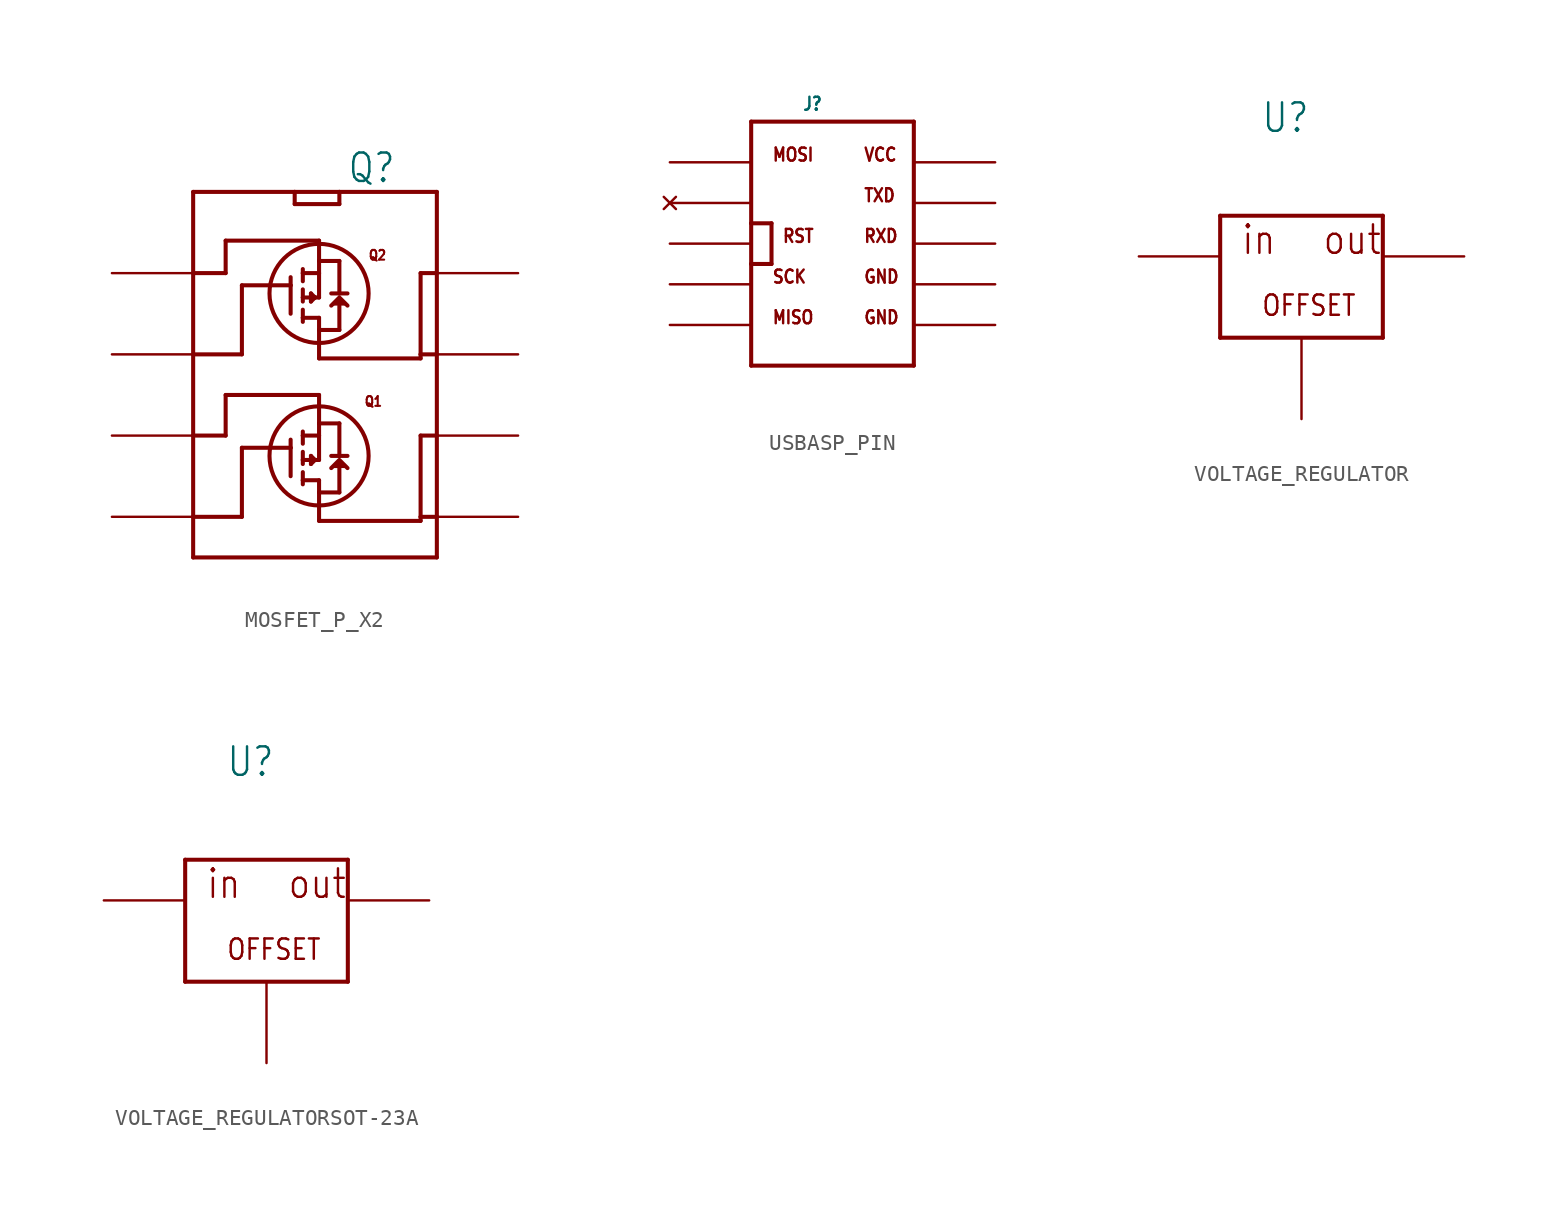
<source format=kicad_sym>
(kicad_symbol_lib
  (version 20220914)
  (generator kicad_symbol_editor)
  (symbol "MOSFET_P_X2"
    (property "Reference" "Q"
      (at 5.08 15.24 0)
      (effects (font (size 1.778 1.511)) (justify right top)))
    (property "Value" ""
      (at 5.08 17.78 0)
      (effects (font (size 1.778 1.511)) (justify right top)))
    (property "ki_locked" ""
      (at 0 0 0)
      (effects (font (size 1.27 1.27))))
    (symbol "MOSFET_P_X2_1_0"
      (polyline (pts (xy -7.62 -10.16) (xy -7.62 -7.62)) (stroke (width 0.254) (type solid)) (fill (type none)))
      (polyline (pts (xy -7.62 -7.62) (xy -7.62 -2.54)) (stroke (width 0.254) (type solid)) (fill (type none)))
      (polyline (pts (xy -7.62 -2.54) (xy -7.62 12.7)) (stroke (width 0.254) (type solid)) (fill (type none)))
      (polyline (pts (xy -5.588 -2.54) (xy -7.62 -2.54)) (stroke (width 0.254) (type solid)) (fill (type none)))
      (polyline (pts (xy -5.588 0) (xy -5.588 -2.54)) (stroke (width 0.254) (type solid)) (fill (type none)))
      (polyline (pts (xy -5.588 7.62) (xy -7.62 7.62)) (stroke (width 0.254) (type solid)) (fill (type none)))
      (polyline (pts (xy -5.588 9.652) (xy -5.588 7.62)) (stroke (width 0.254) (type solid)) (fill (type none)))
      (polyline (pts (xy -4.572 -7.62) (xy -7.62 -7.62)) (stroke (width 0.254) (type solid)) (fill (type none)))
      (polyline (pts (xy -4.572 -3.302) (xy -4.572 -7.62)) (stroke (width 0.254) (type solid)) (fill (type none)))
      (polyline (pts (xy -4.572 2.54) (xy -7.62 2.54)) (stroke (width 0.254) (type solid)) (fill (type none)))
      (polyline (pts (xy -4.572 6.858) (xy -4.572 2.54)) (stroke (width 0.254) (type solid)) (fill (type none)))
      (polyline (pts (xy -1.524 -5.08) (xy -1.524 -3.302)) (stroke (width 0.254) (type solid)) (fill (type none)))
      (polyline (pts (xy -1.524 -3.302) (xy -4.572 -3.302)) (stroke (width 0.254) (type solid)) (fill (type none)))
      (polyline (pts (xy -1.524 -3.302) (xy -1.524 -2.794)) (stroke (width 0.254) (type solid)) (fill (type none)))
      (polyline (pts (xy -1.524 5.08) (xy -1.524 6.858)) (stroke (width 0.254) (type solid)) (fill (type none)))
      (polyline (pts (xy -1.524 6.858) (xy -4.572 6.858)) (stroke (width 0.254) (type solid)) (fill (type none)))
      (polyline (pts (xy -1.524 6.858) (xy -1.524 7.366)) (stroke (width 0.254) (type solid)) (fill (type none)))
      (polyline (pts (xy -1.27 11.938) (xy 1.524 11.938)) (stroke (width 0.254) (type solid)) (fill (type none)))
      (polyline (pts (xy -1.27 12.7) (xy -7.62 12.7)) (stroke (width 0.254) (type solid)) (fill (type none)))
      (polyline (pts (xy -1.27 12.7) (xy -1.27 11.938)) (stroke (width 0.254) (type solid)) (fill (type none)))
      (polyline (pts (xy -0.762 -5.588) (xy -0.762 -5.334)) (stroke (width 0.254) (type solid)) (fill (type none)))
      (polyline (pts (xy -0.762 -5.334) (xy -0.762 -4.826)) (stroke (width 0.254) (type solid)) (fill (type none)))
      (polyline (pts (xy -0.762 -5.334) (xy 0.254 -5.334)) (stroke (width 0.254) (type solid)) (fill (type none)))
      (polyline (pts (xy -0.762 -4.318) (xy -0.762 -4.064)) (stroke (width 0.254) (type solid)) (fill (type none)))
      (polyline (pts (xy -0.762 -4.064) (xy -0.762 -3.556)) (stroke (width 0.254) (type solid)) (fill (type none)))
      (polyline (pts (xy -0.762 -4.064) (xy 0 -4.064)) (stroke (width 0.254) (type solid)) (fill (type none)))
      (polyline (pts (xy -0.762 -3.048) (xy -0.762 -2.54)) (stroke (width 0.254) (type solid)) (fill (type none)))
      (polyline (pts (xy -0.762 -2.54) (xy -0.762 -2.286)) (stroke (width 0.254) (type solid)) (fill (type none)))
      (polyline (pts (xy -0.762 4.572) (xy -0.762 4.826)) (stroke (width 0.254) (type solid)) (fill (type none)))
      (polyline (pts (xy -0.762 4.826) (xy -0.762 5.334)) (stroke (width 0.254) (type solid)) (fill (type none)))
      (polyline (pts (xy -0.762 4.826) (xy 0.254 4.826)) (stroke (width 0.254) (type solid)) (fill (type none)))
      (polyline (pts (xy -0.762 5.842) (xy -0.762 6.096)) (stroke (width 0.254) (type solid)) (fill (type none)))
      (polyline (pts (xy -0.762 6.096) (xy -0.762 6.604)) (stroke (width 0.254) (type solid)) (fill (type none)))
      (polyline (pts (xy -0.762 6.096) (xy 0 6.096)) (stroke (width 0.254) (type solid)) (fill (type none)))
      (polyline (pts (xy -0.762 7.112) (xy -0.762 7.62)) (stroke (width 0.254) (type solid)) (fill (type none)))
      (polyline (pts (xy -0.762 7.62) (xy -0.762 7.874)) (stroke (width 0.254) (type solid)) (fill (type none)))
      (polyline (pts (xy -0.254 -4.318) (xy -0.254 -3.81)) (stroke (width 0.254) (type solid)) (fill (type none)))
      (polyline (pts (xy -0.254 -3.81) (xy 0 -4.064)) (stroke (width 0.254) (type solid)) (fill (type none)))
      (polyline (pts (xy -0.254 5.842) (xy -0.254 6.35)) (stroke (width 0.254) (type solid)) (fill (type none)))
      (polyline (pts (xy -0.254 6.35) (xy 0 6.096)) (stroke (width 0.254) (type solid)) (fill (type none)))
      (polyline (pts (xy 0 -4.064) (xy -0.254 -4.318)) (stroke (width 0.254) (type solid)) (fill (type none)))
      (polyline (pts (xy 0 -4.064) (xy 0.254 -4.064)) (stroke (width 0.254) (type solid)) (fill (type none)))
      (polyline (pts (xy 0 6.096) (xy -0.254 5.842)) (stroke (width 0.254) (type solid)) (fill (type none)))
      (polyline (pts (xy 0 6.096) (xy 0.254 6.096)) (stroke (width 0.254) (type solid)) (fill (type none)))
      (polyline (pts (xy 0.254 -7.874) (xy 6.604 -7.874)) (stroke (width 0.254) (type solid)) (fill (type none)))
      (polyline (pts (xy 0.254 -6.096) (xy 0.254 -7.874)) (stroke (width 0.254) (type solid)) (fill (type none)))
      (polyline (pts (xy 0.254 -6.096) (xy 1.524 -6.096)) (stroke (width 0.254) (type solid)) (fill (type none)))
      (polyline (pts (xy 0.254 -5.334) (xy 0.254 -6.096)) (stroke (width 0.254) (type solid)) (fill (type none)))
      (polyline (pts (xy 0.254 -4.064) (xy 0.254 -2.54)) (stroke (width 0.254) (type solid)) (fill (type none)))
      (polyline (pts (xy 0.254 -2.54) (xy -0.762 -2.54)) (stroke (width 0.254) (type solid)) (fill (type none)))
      (polyline (pts (xy 0.254 -2.54) (xy 0.254 -1.778)) (stroke (width 0.254) (type solid)) (fill (type none)))
      (polyline (pts (xy 0.254 -1.778) (xy 0.254 0)) (stroke (width 0.254) (type solid)) (fill (type none)))
      (polyline (pts (xy 0.254 0) (xy -5.588 0)) (stroke (width 0.254) (type solid)) (fill (type none)))
      (polyline (pts (xy 0.254 2.286) (xy 6.604 2.286)) (stroke (width 0.254) (type solid)) (fill (type none)))
      (polyline (pts (xy 0.254 4.064) (xy 0.254 2.286)) (stroke (width 0.254) (type solid)) (fill (type none)))
      (polyline (pts (xy 0.254 4.064) (xy 1.524 4.064)) (stroke (width 0.254) (type solid)) (fill (type none)))
      (polyline (pts (xy 0.254 4.826) (xy 0.254 4.064)) (stroke (width 0.254) (type solid)) (fill (type none)))
      (polyline (pts (xy 0.254 6.096) (xy 0.254 7.62)) (stroke (width 0.254) (type solid)) (fill (type none)))
      (polyline (pts (xy 0.254 7.62) (xy -0.762 7.62)) (stroke (width 0.254) (type solid)) (fill (type none)))
      (polyline (pts (xy 0.254 7.62) (xy 0.254 8.382)) (stroke (width 0.254) (type solid)) (fill (type none)))
      (polyline (pts (xy 0.254 8.382) (xy 0.254 9.652)) (stroke (width 0.254) (type solid)) (fill (type none)))
      (polyline (pts (xy 0.254 9.652) (xy -5.588 9.652)) (stroke (width 0.254) (type solid)) (fill (type none)))
      (polyline (pts (xy 1.524 -4.572) (xy 1.524 -6.096)) (stroke (width 0.254) (type solid)) (fill (type none)))
      (polyline (pts (xy 1.524 -3.81) (xy 1.016 -3.81)) (stroke (width 0.254) (type solid)) (fill (type none)))
      (polyline (pts (xy 1.524 -3.81) (xy 1.524 -1.778)) (stroke (width 0.254) (type solid)) (fill (type none)))
      (polyline (pts (xy 1.524 -1.778) (xy 0.254 -1.778)) (stroke (width 0.254) (type solid)) (fill (type none)))
      (polyline (pts (xy 1.524 5.588) (xy 1.524 4.064)) (stroke (width 0.254) (type solid)) (fill (type none)))
      (polyline (pts (xy 1.524 6.35) (xy 1.016 6.35)) (stroke (width 0.254) (type solid)) (fill (type none)))
      (polyline (pts (xy 1.524 6.35) (xy 1.524 8.382)) (stroke (width 0.254) (type solid)) (fill (type none)))
      (polyline (pts (xy 1.524 8.382) (xy 0.254 8.382)) (stroke (width 0.254) (type solid)) (fill (type none)))
      (polyline (pts (xy 1.524 11.938) (xy 1.524 12.7)) (stroke (width 0.254) (type solid)) (fill (type none)))
      (polyline (pts (xy 1.524 12.7) (xy -1.27 12.7)) (stroke (width 0.254) (type solid)) (fill (type none)))
      (polyline (pts (xy 2.032 -3.81) (xy 1.524 -3.81)) (stroke (width 0.254) (type solid)) (fill (type none)))
      (polyline (pts (xy 2.032 6.35) (xy 1.524 6.35)) (stroke (width 0.254) (type solid)) (fill (type none)))
      (polyline (pts (xy 6.604 -7.874) (xy 6.604 -7.62)) (stroke (width 0.254) (type solid)) (fill (type none)))
      (polyline (pts (xy 6.604 -7.62) (xy 7.62 -7.62)) (stroke (width 0.254) (type solid)) (fill (type none)))
      (polyline (pts (xy 6.604 -2.54) (xy 6.604 -7.62)) (stroke (width 0.254) (type solid)) (fill (type none)))
      (polyline (pts (xy 6.604 2.286) (xy 6.604 2.54)) (stroke (width 0.254) (type solid)) (fill (type none)))
      (polyline (pts (xy 6.604 2.54) (xy 7.62 2.54)) (stroke (width 0.254) (type solid)) (fill (type none)))
      (polyline (pts (xy 6.604 7.62) (xy 6.604 2.54)) (stroke (width 0.254) (type solid)) (fill (type none)))
      (polyline (pts (xy 7.62 -10.16) (xy -7.62 -10.16)) (stroke (width 0.254) (type solid)) (fill (type none)))
      (polyline (pts (xy 7.62 -7.62) (xy 7.62 -10.16)) (stroke (width 0.254) (type solid)) (fill (type none)))
      (polyline (pts (xy 7.62 -2.54) (xy 6.604 -2.54)) (stroke (width 0.254) (type solid)) (fill (type none)))
      (polyline (pts (xy 7.62 -2.54) (xy 7.62 -7.62)) (stroke (width 0.254) (type solid)) (fill (type none)))
      (polyline (pts (xy 7.62 7.62) (xy 6.604 7.62)) (stroke (width 0.254) (type solid)) (fill (type none)))
      (polyline (pts (xy 7.62 12.7) (xy 1.524 12.7)) (stroke (width 0.254) (type solid)) (fill (type none)))
      (polyline (pts (xy 7.62 12.7) (xy 7.62 -2.54)) (stroke (width 0.254) (type solid)) (fill (type none)))
      (polyline (pts (xy 2.032 -4.572) (xy 1.524 -4.064) (xy 1.016 -4.572)) (stroke (width 0.254) (type solid)) (fill (type outline)))
      (polyline (pts (xy 2.032 5.588) (xy 1.524 6.096) (xy 1.016 5.588)) (stroke (width 0.254) (type solid)) (fill (type outline)))
      (circle (center 0.254 -3.81) (radius 3.1) (stroke (width 0.254) (type solid)) (fill (type none)))
      (circle (center 0.254 6.35) (radius 3.1) (stroke (width 0.254) (type solid)) (fill (type none)))
      (text "Q1" (at 3.048 -0.762 0) (effects (font (size 0.61 0.518)) (justify left bottom)))
      (text "Q2" (at 3.302 8.382 0) (effects (font (size 0.61 0.518)) (justify left bottom)))
      (pin bidirectional line (at -12.7 7.62 0) (length 5.08) (name "S2" (effects (font (size 0 0)))) (number "P1" (effects (font (size 0 0)))))
      (pin bidirectional line (at -12.7 2.54 0) (length 5.08) (name "G2" (effects (font (size 0 0)))) (number "P2" (effects (font (size 0 0)))))
      (pin bidirectional line (at -12.7 -2.54 0) (length 5.08) (name "S1" (effects (font (size 0 0)))) (number "P3" (effects (font (size 0 0)))))
      (pin bidirectional line (at -12.7 -7.62 0) (length 5.08) (name "G1" (effects (font (size 0 0)))) (number "P4" (effects (font (size 0 0)))))
      (pin bidirectional line (at 12.7 -7.62 180) (length 5.08) (name "D11" (effects (font (size 0 0)))) (number "P5" (effects (font (size 0 0)))))
      (pin bidirectional line (at 12.7 -2.54 180) (length 5.08) (name "D12" (effects (font (size 0 0)))) (number "P6" (effects (font (size 0 0)))))
      (pin bidirectional line (at 12.7 2.54 180) (length 5.08) (name "D21" (effects (font (size 0 0)))) (number "P7" (effects (font (size 0 0)))))
      (pin bidirectional line (at 12.7 7.62 180) (length 5.08) (name "D22" (effects (font (size 0 0)))) (number "P8" (effects (font (size 0 0)))))))
  (symbol "USBASP_PIN"
    (property "Reference" "J"
      (at -1.905 8.255 0)
      (effects (font (size 0.813 0.691)) (justify left bottom)))
    (property "Value" ""
      (at -1.905 -9.525 0)
      (effects (font (size 0.813 0.691)) (justify left bottom)))
    (property "ki_locked" ""
      (at 0 0 0)
      (effects (font (size 1.27 1.27))))
    (symbol "USBASP_PIN_1_0"
      (polyline (pts (xy -5.08 -7.62) (xy 5.08 -7.62)) (stroke (width 0.254) (type solid)) (fill (type none)))
      (polyline (pts (xy -5.08 -1.27) (xy -5.08 -7.62)) (stroke (width 0.254) (type solid)) (fill (type none)))
      (polyline (pts (xy -5.08 1.27) (xy -5.08 -1.27)) (stroke (width 0.254) (type solid)) (fill (type none)))
      (polyline (pts (xy -5.08 1.27) (xy -3.81 1.27)) (stroke (width 0.254) (type solid)) (fill (type none)))
      (polyline (pts (xy -5.08 7.62) (xy -5.08 1.27)) (stroke (width 0.254) (type solid)) (fill (type none)))
      (polyline (pts (xy -3.81 -1.27) (xy -5.08 -1.27)) (stroke (width 0.254) (type solid)) (fill (type none)))
      (polyline (pts (xy -3.81 1.27) (xy -3.81 -1.27)) (stroke (width 0.254) (type solid)) (fill (type none)))
      (polyline (pts (xy 5.08 -7.62) (xy 5.08 7.62)) (stroke (width 0.254) (type solid)) (fill (type none)))
      (polyline (pts (xy 5.08 7.62) (xy -5.08 7.62)) (stroke (width 0.254) (type solid)) (fill (type none)))
      (text "GND" (at 1.905 -5.08 0) (effects (font (size 0.813 0.691)) (justify left bottom)))
      (text "GND" (at 1.905 -2.54 0) (effects (font (size 0.813 0.691)) (justify left bottom)))
      (text "MISO" (at -3.81 -5.08 0) (effects (font (size 0.813 0.691)) (justify left bottom)))
      (text "MOSI" (at -3.81 5.08 0) (effects (font (size 0.813 0.691)) (justify left bottom)))
      (text "RST" (at -3.175 0 0) (effects (font (size 0.813 0.691)) (justify left bottom)))
      (text "RXD" (at 1.905 0 0) (effects (font (size 0.813 0.691)) (justify left bottom)))
      (text "SCK" (at -3.81 -2.54 0) (effects (font (size 0.813 0.691)) (justify left bottom)))
      (text "TXD" (at 1.905 2.54 0) (effects (font (size 0.813 0.691)) (justify left bottom)))
      (text "VCC" (at 1.905 5.08 0) (effects (font (size 0.813 0.691)) (justify left bottom)))
      (pin power_in line (at 10.16 -2.54 180) (length 5.08) (name "GND" (effects (font (size 0 0)))) (number "GND" (effects (font (size 0 0)))))
      (pin power_in line (at 10.16 -5.08 180) (length 5.08) (name "GND1" (effects (font (size 0 0)))) (number "GND1" (effects (font (size 0 0)))))
      (pin bidirectional line (at -10.16 -5.08 0) (length 5.08) (name "MISO" (effects (font (size 0 0)))) (number "MISO" (effects (font (size 0 0)))))
      (pin bidirectional line (at -10.16 5.08 0) (length 5.08) (name "MOSI" (effects (font (size 0 0)))) (number "MOSI" (effects (font (size 0 0)))))
      (pin no_connect line (at -10.16 2.54 0) (length 5.08) (name "NC1" (effects (font (size 0 0)))) (number "NC1" (effects (font (size 0 0)))))
      (pin bidirectional line (at -10.16 0 0) (length 5.08) (name "RESET" (effects (font (size 0 0)))) (number "RST" (effects (font (size 0 0)))))
      (pin bidirectional line (at 10.16 0 180) (length 5.08) (name "RXD" (effects (font (size 0 0)))) (number "RXD" (effects (font (size 0 0)))))
      (pin bidirectional line (at -10.16 -2.54 0) (length 5.08) (name "SCK" (effects (font (size 0 0)))) (number "SCK" (effects (font (size 0 0)))))
      (pin bidirectional line (at 10.16 2.54 180) (length 5.08) (name "TXD" (effects (font (size 0 0)))) (number "TXD" (effects (font (size 0 0)))))
      (pin power_in line (at 10.16 5.08 180) (length 5.08) (name "VCC" (effects (font (size 0 0)))) (number "VCC" (effects (font (size 0 0)))))))
  (symbol "VOLTAGE_REGULATOR"
    (property "Reference" "U"
      (at -2.54 10.16 0)
      (effects (font (size 1.778 1.511)) (justify left bottom)))
    (property "Value" ""
      (at -2.54 7.62 0)
      (effects (font (size 1.778 1.511)) (justify left bottom)))
    (property "ki_locked" ""
      (at 0 0 0)
      (effects (font (size 1.27 1.27))))
    (symbol "VOLTAGE_REGULATOR_1_0"
      (polyline (pts (xy -5.08 -2.54) (xy 5.08 -2.54)) (stroke (width 0.254) (type solid)) (fill (type none)))
      (polyline (pts (xy -5.08 5.08) (xy -5.08 -2.54)) (stroke (width 0.254) (type solid)) (fill (type none)))
      (polyline (pts (xy 5.08 -2.54) (xy 5.08 5.08)) (stroke (width 0.254) (type solid)) (fill (type none)))
      (polyline (pts (xy 5.08 5.08) (xy -5.08 5.08)) (stroke (width 0.254) (type solid)) (fill (type none)))
      (text "in" (at -3.81 2.54 0) (effects (font (size 1.778 1.511)) (justify left bottom)))
      (text "OFFSET" (at -2.54 -1.27 0) (effects (font (size 1.27 1.079)) (justify left bottom)))
      (text "out" (at 1.27 2.54 0) (effects (font (size 1.778 1.511)) (justify left bottom)))
      (pin power_in line (at 0 -7.62 90) (length 5.08) (name "GND" (effects (font (size 0 0)))) (number "GND" (effects (font (size 0 0)))))
      (pin power_in line (at -10.16 2.54 0) (length 5.08) (name "IN" (effects (font (size 0 0)))) (number "IN" (effects (font (size 0 0)))))
      (pin power_in line (at 10.16 2.54 180) (length 5.08) (name "OUT" (effects (font (size 0 0)))) (number "OUT" (effects (font (size 0 0)))))))
  (symbol "VOLTAGE_REGULATORSOT-23A"
    (property "Reference" "U"
      (at -2.54 10.16 0)
      (effects (font (size 1.778 1.511)) (justify left bottom)))
    (property "Value" ""
      (at -2.54 7.62 0)
      (effects (font (size 1.778 1.511)) (justify left bottom)))
    (property "ki_locked" ""
      (at 0 0 0)
      (effects (font (size 1.27 1.27))))
    (symbol "VOLTAGE_REGULATORSOT-23A_1_0"
      (polyline (pts (xy -5.08 -2.54) (xy 5.08 -2.54)) (stroke (width 0.254) (type solid)) (fill (type none)))
      (polyline (pts (xy -5.08 5.08) (xy -5.08 -2.54)) (stroke (width 0.254) (type solid)) (fill (type none)))
      (polyline (pts (xy 5.08 -2.54) (xy 5.08 5.08)) (stroke (width 0.254) (type solid)) (fill (type none)))
      (polyline (pts (xy 5.08 5.08) (xy -5.08 5.08)) (stroke (width 0.254) (type solid)) (fill (type none)))
      (text "in" (at -3.81 2.54 0) (effects (font (size 1.778 1.511)) (justify left bottom)))
      (text "OFFSET" (at -2.54 -1.27 0) (effects (font (size 1.27 1.079)) (justify left bottom)))
      (text "out" (at 1.27 2.54 0) (effects (font (size 1.778 1.511)) (justify left bottom)))
      (pin power_in line (at 0 -7.62 90) (length 5.08) (name "GND" (effects (font (size 0 0)))) (number "P1" (effects (font (size 0 0)))))
      (pin power_in line (at 10.16 2.54 180) (length 5.08) (name "OUT" (effects (font (size 0 0)))) (number "P2" (effects (font (size 0 0)))))
      (pin power_in line (at -10.16 2.54 0) (length 5.08) (name "IN" (effects (font (size 0 0)))) (number "P3" (effects (font (size 0 0))))))))
</source>
